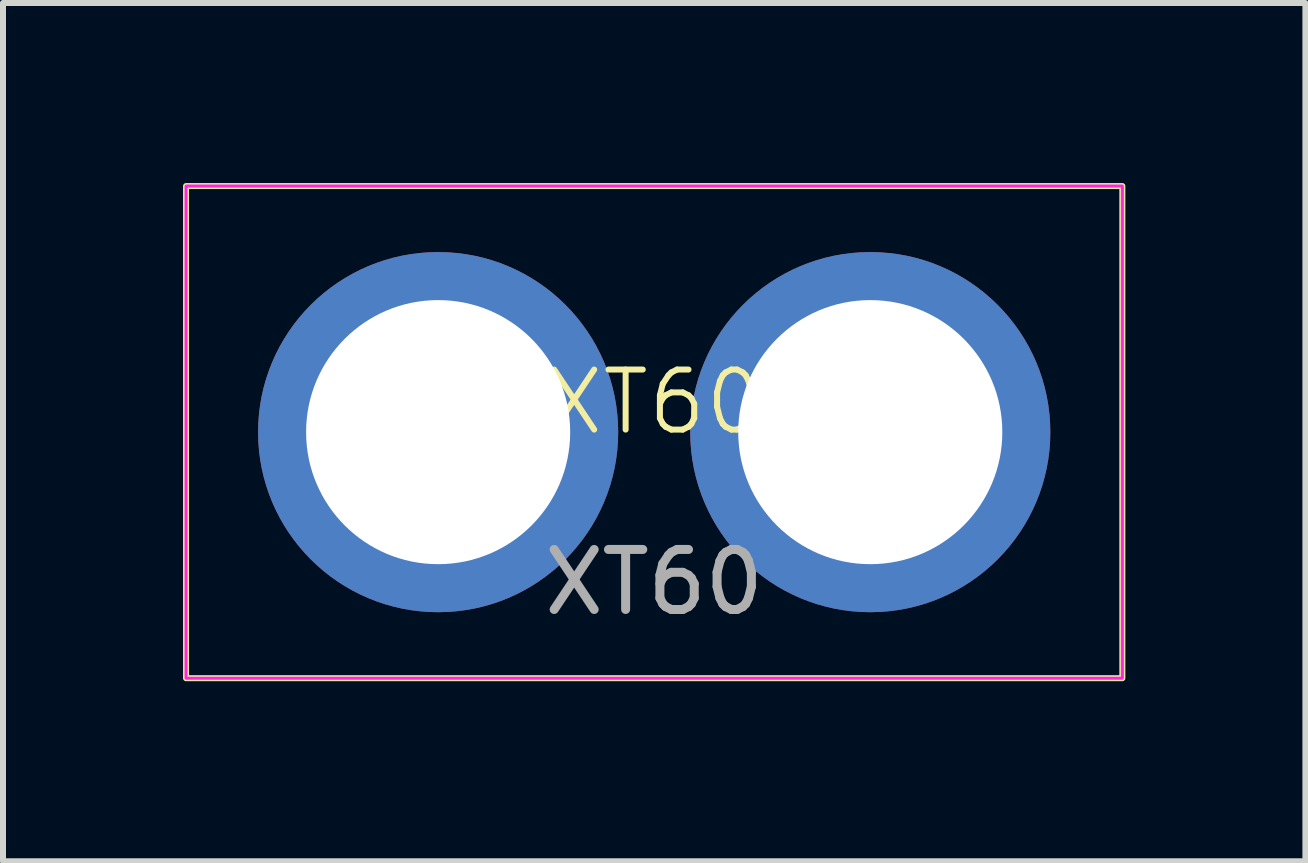
<source format=kicad_pcb>
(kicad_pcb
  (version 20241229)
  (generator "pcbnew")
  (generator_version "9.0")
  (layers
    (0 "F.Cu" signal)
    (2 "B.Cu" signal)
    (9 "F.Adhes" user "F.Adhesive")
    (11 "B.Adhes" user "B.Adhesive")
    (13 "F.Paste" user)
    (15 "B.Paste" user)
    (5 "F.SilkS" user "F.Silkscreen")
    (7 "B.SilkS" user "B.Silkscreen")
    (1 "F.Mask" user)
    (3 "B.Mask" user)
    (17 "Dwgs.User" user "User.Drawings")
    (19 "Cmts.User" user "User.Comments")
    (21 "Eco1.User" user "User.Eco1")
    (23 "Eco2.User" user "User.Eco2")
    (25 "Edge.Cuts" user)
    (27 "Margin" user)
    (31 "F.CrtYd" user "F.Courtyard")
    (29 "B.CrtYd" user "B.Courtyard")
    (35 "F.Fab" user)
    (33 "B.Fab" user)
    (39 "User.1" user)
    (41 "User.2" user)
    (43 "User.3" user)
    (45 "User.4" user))
  (footprint "XT60"
    (layer "F.Cu")
    (at 7.85 4.15)
    (property "Reference" "XT60" (at 0 -0.5 0) (unlocked yes) (layer "F.SilkS") (effects (font (size 1 1) (thickness 0.1))))
    (attr through_hole)
    (fp_rect (start -7.8 -4.1) (end 7.8 4.1) (stroke (width 0.1) (type default)) (fill no) (layer "F.SilkS"))
    (fp_rect (start -7.8 -4.1) (end 7.8 4.1) (stroke (width 0.05) (type default)) (fill no) (layer "F.CrtYd"))
    (fp_text user "${REFERENCE}" (at 0 2.5 0) (unlocked yes) (layer "F.Fab") (effects (font (size 1 1) (thickness 0.15))))
    (pad "1" thru_hole circle (at -3.6 0) (size 6 6) (drill 4.4) (layers "*.Cu" "*.Mask"))
    (pad "2" thru_hole circle (at 3.6 0) (size 6 6) (drill 4.4) (layers "*.Cu" "*.Mask")))
  (gr_rect
    (start -3 -3)
    (end 18.7 11.3)
    (stroke (width 0.1) (type default))
    (fill no)
    (layer "Edge.Cuts")))
</source>
